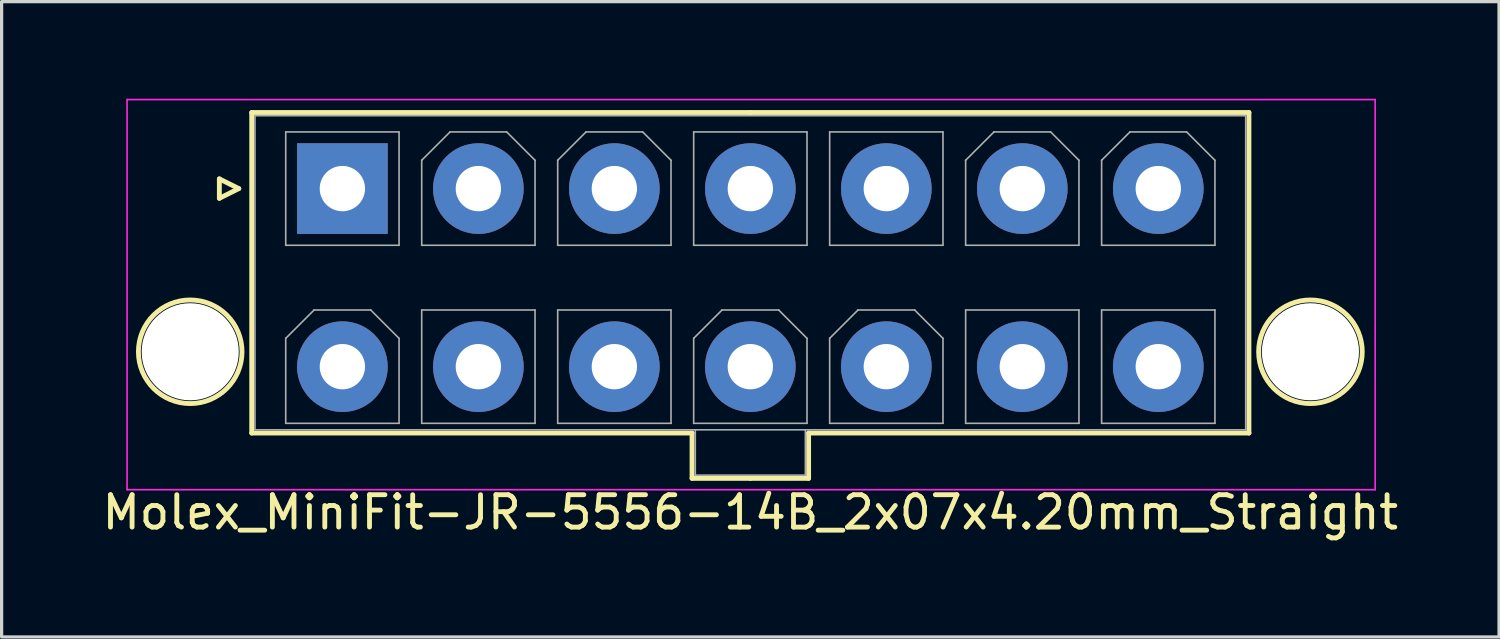
<source format=kicad_pcb>
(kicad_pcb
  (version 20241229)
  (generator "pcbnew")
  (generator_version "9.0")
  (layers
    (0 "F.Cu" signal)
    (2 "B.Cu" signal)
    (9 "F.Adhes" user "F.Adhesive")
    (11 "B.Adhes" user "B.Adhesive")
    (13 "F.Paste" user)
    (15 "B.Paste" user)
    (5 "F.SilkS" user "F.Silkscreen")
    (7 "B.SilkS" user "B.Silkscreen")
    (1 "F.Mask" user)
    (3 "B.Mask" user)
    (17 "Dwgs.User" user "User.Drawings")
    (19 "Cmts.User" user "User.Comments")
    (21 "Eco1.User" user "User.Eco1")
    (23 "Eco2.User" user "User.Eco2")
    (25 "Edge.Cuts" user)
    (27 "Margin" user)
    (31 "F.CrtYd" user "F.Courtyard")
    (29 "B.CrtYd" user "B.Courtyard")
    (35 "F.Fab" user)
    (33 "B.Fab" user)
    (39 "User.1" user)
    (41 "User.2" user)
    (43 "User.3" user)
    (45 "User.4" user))
  (footprint "Molex_MiniFit-JR-5556-14B_2x07x4.20mm_Straight"
    (layer "F.Cu")
    (at 7.525 2.775)
    (property "Reference" "Molex_MiniFit-JR-5556-14B_2x07x4.20mm_Straight" (at 12.6 10 0) (layer "F.SilkS") (effects (font (size 1 1) (thickness 0.15))))
    (attr through_hole)
    (fp_line (start -3.8 -0.3) (end -3.2 0) (stroke (width 0.15) (type solid)) (layer "F.SilkS"))
    (fp_line (start -3.8 0.3) (end -3.8 -0.3) (stroke (width 0.15) (type solid)) (layer "F.SilkS"))
    (fp_line (start -3.2 0) (end -3.8 0.3) (stroke (width 0.15) (type solid)) (layer "F.SilkS"))
    (fp_line (start -2.8 -2.35) (end -2.8 7.55) (stroke (width 0.15) (type solid)) (layer "F.SilkS"))
    (fp_line (start -2.8 7.55) (end 10.8 7.55) (stroke (width 0.15) (type solid)) (layer "F.SilkS"))
    (fp_line (start 10.8 7.55) (end 10.8 8.95) (stroke (width 0.15) (type solid)) (layer "F.SilkS"))
    (fp_line (start 10.8 8.95) (end 12.6 8.95) (stroke (width 0.15) (type solid)) (layer "F.SilkS"))
    (fp_line (start 12.6 -2.35) (end -2.8 -2.35) (stroke (width 0.15) (type solid)) (layer "F.SilkS"))
    (fp_line (start 12.6 -2.35) (end 28 -2.35) (stroke (width 0.15) (type solid)) (layer "F.SilkS"))
    (fp_line (start 14.4 7.55) (end 14.4 8.95) (stroke (width 0.15) (type solid)) (layer "F.SilkS"))
    (fp_line (start 14.4 8.95) (end 12.6 8.95) (stroke (width 0.15) (type solid)) (layer "F.SilkS"))
    (fp_line (start 28 -2.35) (end 28 7.55) (stroke (width 0.15) (type solid)) (layer "F.SilkS"))
    (fp_line (start 28 7.55) (end 14.4 7.55) (stroke (width 0.15) (type solid)) (layer "F.SilkS"))
    (fp_circle (center -4.7 5.04) (end -3.1 5.04) (stroke (width 0.15) (type solid)) (fill no) (layer "F.SilkS"))
    (fp_circle (center 29.9 5.04) (end 31.5 5.04) (stroke (width 0.15) (type solid)) (fill no) (layer "F.SilkS"))
    (fp_line (start -6.65 -2.75) (end -6.65 9.3) (stroke (width 0.05) (type solid)) (layer "F.CrtYd"))
    (fp_line (start -6.65 9.3) (end 31.9 9.3) (stroke (width 0.05) (type solid)) (layer "F.CrtYd"))
    (fp_line (start 31.9 -2.75) (end -6.65 -2.75) (stroke (width 0.05) (type solid)) (layer "F.CrtYd"))
    (fp_line (start 31.9 9.3) (end 31.9 -2.75) (stroke (width 0.05) (type solid)) (layer "F.CrtYd"))
    (fp_line (start -2.7 -2.25) (end -2.7 7.45) (stroke (width 0.05) (type solid)) (layer "F.Fab"))
    (fp_line (start -2.7 7.45) (end 27.9 7.45) (stroke (width 0.05) (type solid)) (layer "F.Fab"))
    (fp_line (start -1.75 -1.75) (end -1.75 1.75) (stroke (width 0.05) (type solid)) (layer "F.Fab"))
    (fp_line (start -1.75 1.75) (end 1.75 1.75) (stroke (width 0.05) (type solid)) (layer "F.Fab"))
    (fp_line (start -1.75 4.625) (end -0.875 3.75) (stroke (width 0.05) (type solid)) (layer "F.Fab"))
    (fp_line (start -1.75 7.25) (end -1.75 4.625) (stroke (width 0.05) (type solid)) (layer "F.Fab"))
    (fp_line (start -0.875 3.75) (end 0.875 3.75) (stroke (width 0.05) (type solid)) (layer "F.Fab"))
    (fp_line (start 0.875 3.75) (end 1.75 4.625) (stroke (width 0.05) (type solid)) (layer "F.Fab"))
    (fp_line (start 1.75 -1.75) (end -1.75 -1.75) (stroke (width 0.05) (type solid)) (layer "F.Fab"))
    (fp_line (start 1.75 1.75) (end 1.75 -1.75) (stroke (width 0.05) (type solid)) (layer "F.Fab"))
    (fp_line (start 1.75 4.625) (end 1.75 7.25) (stroke (width 0.05) (type solid)) (layer "F.Fab"))
    (fp_line (start 1.75 7.25) (end -1.75 7.25) (stroke (width 0.05) (type solid)) (layer "F.Fab"))
    (fp_line (start 2.45 -0.875) (end 3.325 -1.75) (stroke (width 0.05) (type solid)) (layer "F.Fab"))
    (fp_line (start 2.45 1.75) (end 2.45 -0.875) (stroke (width 0.05) (type solid)) (layer "F.Fab"))
    (fp_line (start 2.45 3.75) (end 2.45 7.25) (stroke (width 0.05) (type solid)) (layer "F.Fab"))
    (fp_line (start 2.45 7.25) (end 5.95 7.25) (stroke (width 0.05) (type solid)) (layer "F.Fab"))
    (fp_line (start 3.325 -1.75) (end 5.075 -1.75) (stroke (width 0.05) (type solid)) (layer "F.Fab"))
    (fp_line (start 5.075 -1.75) (end 5.95 -0.875) (stroke (width 0.05) (type solid)) (layer "F.Fab"))
    (fp_line (start 5.95 -0.875) (end 5.95 1.75) (stroke (width 0.05) (type solid)) (layer "F.Fab"))
    (fp_line (start 5.95 1.75) (end 2.45 1.75) (stroke (width 0.05) (type solid)) (layer "F.Fab"))
    (fp_line (start 5.95 3.75) (end 2.45 3.75) (stroke (width 0.05) (type solid)) (layer "F.Fab"))
    (fp_line (start 5.95 7.25) (end 5.95 3.75) (stroke (width 0.05) (type solid)) (layer "F.Fab"))
    (fp_line (start 6.65 -0.875) (end 7.525 -1.75) (stroke (width 0.05) (type solid)) (layer "F.Fab"))
    (fp_line (start 6.65 1.75) (end 6.65 -0.875) (stroke (width 0.05) (type solid)) (layer "F.Fab"))
    (fp_line (start 6.65 3.75) (end 6.65 7.25) (stroke (width 0.05) (type solid)) (layer "F.Fab"))
    (fp_line (start 6.65 7.25) (end 10.15 7.25) (stroke (width 0.05) (type solid)) (layer "F.Fab"))
    (fp_line (start 7.525 -1.75) (end 9.275 -1.75) (stroke (width 0.05) (type solid)) (layer "F.Fab"))
    (fp_line (start 9.275 -1.75) (end 10.15 -0.875) (stroke (width 0.05) (type solid)) (layer "F.Fab"))
    (fp_line (start 10.15 -0.875) (end 10.15 1.75) (stroke (width 0.05) (type solid)) (layer "F.Fab"))
    (fp_line (start 10.15 1.75) (end 6.65 1.75) (stroke (width 0.05) (type solid)) (layer "F.Fab"))
    (fp_line (start 10.15 3.75) (end 6.65 3.75) (stroke (width 0.05) (type solid)) (layer "F.Fab"))
    (fp_line (start 10.15 7.25) (end 10.15 3.75) (stroke (width 0.05) (type solid)) (layer "F.Fab"))
    (fp_line (start 10.85 -1.75) (end 10.85 1.75) (stroke (width 0.05) (type solid)) (layer "F.Fab"))
    (fp_line (start 10.85 1.75) (end 14.35 1.75) (stroke (width 0.05) (type solid)) (layer "F.Fab"))
    (fp_line (start 10.85 4.625) (end 11.725 3.75) (stroke (width 0.05) (type solid)) (layer "F.Fab"))
    (fp_line (start 10.85 7.25) (end 10.85 4.625) (stroke (width 0.05) (type solid)) (layer "F.Fab"))
    (fp_line (start 10.9 7.45) (end 10.9 8.85) (stroke (width 0.05) (type solid)) (layer "F.Fab"))
    (fp_line (start 10.9 8.85) (end 14.3 8.85) (stroke (width 0.05) (type solid)) (layer "F.Fab"))
    (fp_line (start 11.725 3.75) (end 13.475 3.75) (stroke (width 0.05) (type solid)) (layer "F.Fab"))
    (fp_line (start 13.475 3.75) (end 14.35 4.625) (stroke (width 0.05) (type solid)) (layer "F.Fab"))
    (fp_line (start 14.3 8.85) (end 14.3 7.45) (stroke (width 0.05) (type solid)) (layer "F.Fab"))
    (fp_line (start 14.35 -1.75) (end 10.85 -1.75) (stroke (width 0.05) (type solid)) (layer "F.Fab"))
    (fp_line (start 14.35 1.75) (end 14.35 -1.75) (stroke (width 0.05) (type solid)) (layer "F.Fab"))
    (fp_line (start 14.35 4.625) (end 14.35 7.25) (stroke (width 0.05) (type solid)) (layer "F.Fab"))
    (fp_line (start 14.35 7.25) (end 10.85 7.25) (stroke (width 0.05) (type solid)) (layer "F.Fab"))
    (fp_line (start 15.05 -1.75) (end 15.05 1.75) (stroke (width 0.05) (type solid)) (layer "F.Fab"))
    (fp_line (start 15.05 1.75) (end 18.55 1.75) (stroke (width 0.05) (type solid)) (layer "F.Fab"))
    (fp_line (start 15.05 4.625) (end 15.925 3.75) (stroke (width 0.05) (type solid)) (layer "F.Fab"))
    (fp_line (start 15.05 7.25) (end 15.05 4.625) (stroke (width 0.05) (type solid)) (layer "F.Fab"))
    (fp_line (start 15.925 3.75) (end 17.675 3.75) (stroke (width 0.05) (type solid)) (layer "F.Fab"))
    (fp_line (start 17.675 3.75) (end 18.55 4.625) (stroke (width 0.05) (type solid)) (layer "F.Fab"))
    (fp_line (start 18.55 -1.75) (end 15.05 -1.75) (stroke (width 0.05) (type solid)) (layer "F.Fab"))
    (fp_line (start 18.55 1.75) (end 18.55 -1.75) (stroke (width 0.05) (type solid)) (layer "F.Fab"))
    (fp_line (start 18.55 4.625) (end 18.55 7.25) (stroke (width 0.05) (type solid)) (layer "F.Fab"))
    (fp_line (start 18.55 7.25) (end 15.05 7.25) (stroke (width 0.05) (type solid)) (layer "F.Fab"))
    (fp_line (start 19.25 -0.875) (end 20.125 -1.75) (stroke (width 0.05) (type solid)) (layer "F.Fab"))
    (fp_line (start 19.25 1.75) (end 19.25 -0.875) (stroke (width 0.05) (type solid)) (layer "F.Fab"))
    (fp_line (start 19.25 3.75) (end 19.25 7.25) (stroke (width 0.05) (type solid)) (layer "F.Fab"))
    (fp_line (start 19.25 7.25) (end 22.75 7.25) (stroke (width 0.05) (type solid)) (layer "F.Fab"))
    (fp_line (start 20.125 -1.75) (end 21.875 -1.75) (stroke (width 0.05) (type solid)) (layer "F.Fab"))
    (fp_line (start 21.875 -1.75) (end 22.75 -0.875) (stroke (width 0.05) (type solid)) (layer "F.Fab"))
    (fp_line (start 22.75 -0.875) (end 22.75 1.75) (stroke (width 0.05) (type solid)) (layer "F.Fab"))
    (fp_line (start 22.75 1.75) (end 19.25 1.75) (stroke (width 0.05) (type solid)) (layer "F.Fab"))
    (fp_line (start 22.75 3.75) (end 19.25 3.75) (stroke (width 0.05) (type solid)) (layer "F.Fab"))
    (fp_line (start 22.75 7.25) (end 22.75 3.75) (stroke (width 0.05) (type solid)) (layer "F.Fab"))
    (fp_line (start 23.45 -0.875) (end 24.325 -1.75) (stroke (width 0.05) (type solid)) (layer "F.Fab"))
    (fp_line (start 23.45 1.75) (end 23.45 -0.875) (stroke (width 0.05) (type solid)) (layer "F.Fab"))
    (fp_line (start 23.45 3.75) (end 23.45 7.25) (stroke (width 0.05) (type solid)) (layer "F.Fab"))
    (fp_line (start 23.45 7.25) (end 26.95 7.25) (stroke (width 0.05) (type solid)) (layer "F.Fab"))
    (fp_line (start 24.325 -1.75) (end 26.075 -1.75) (stroke (width 0.05) (type solid)) (layer "F.Fab"))
    (fp_line (start 26.075 -1.75) (end 26.95 -0.875) (stroke (width 0.05) (type solid)) (layer "F.Fab"))
    (fp_line (start 26.95 -0.875) (end 26.95 1.75) (stroke (width 0.05) (type solid)) (layer "F.Fab"))
    (fp_line (start 26.95 1.75) (end 23.45 1.75) (stroke (width 0.05) (type solid)) (layer "F.Fab"))
    (fp_line (start 26.95 3.75) (end 23.45 3.75) (stroke (width 0.05) (type solid)) (layer "F.Fab"))
    (fp_line (start 26.95 7.25) (end 26.95 3.75) (stroke (width 0.05) (type solid)) (layer "F.Fab"))
    (fp_line (start 27.9 -2.25) (end -2.7 -2.25) (stroke (width 0.05) (type solid)) (layer "F.Fab"))
    (fp_line (start 27.9 7.45) (end 27.9 -2.25) (stroke (width 0.05) (type solid)) (layer "F.Fab"))
    (pad "" np_thru_hole circle (at -4.7 5.04) (size 3 3) (drill 3) (layers "*.Cu"))
    (pad "" np_thru_hole circle (at 29.9 5.04) (size 3 3) (drill 3) (layers "*.Cu"))
    (pad "1" thru_hole rect (at 0 0) (size 2.8 2.8) (drill 1.4) (layers "*.Cu" "*.Mask"))
    (pad "2" thru_hole circle (at 4.2 0) (size 2.8 2.8) (drill 1.4) (layers "*.Cu" "*.Mask"))
    (pad "3" thru_hole circle (at 8.4 0) (size 2.8 2.8) (drill 1.4) (layers "*.Cu" "*.Mask"))
    (pad "4" thru_hole circle (at 12.6 0) (size 2.8 2.8) (drill 1.4) (layers "*.Cu" "*.Mask"))
    (pad "5" thru_hole circle (at 16.8 0) (size 2.8 2.8) (drill 1.4) (layers "*.Cu" "*.Mask"))
    (pad "6" thru_hole circle (at 21 0) (size 2.8 2.8) (drill 1.4) (layers "*.Cu" "*.Mask"))
    (pad "7" thru_hole circle (at 25.2 0) (size 2.8 2.8) (drill 1.4) (layers "*.Cu" "*.Mask"))
    (pad "8" thru_hole circle (at 0 5.5) (size 2.8 2.8) (drill 1.4) (layers "*.Cu" "*.Mask"))
    (pad "9" thru_hole circle (at 4.2 5.5) (size 2.8 2.8) (drill 1.4) (layers "*.Cu" "*.Mask"))
    (pad "10" thru_hole circle (at 8.4 5.5) (size 2.8 2.8) (drill 1.4) (layers "*.Cu" "*.Mask"))
    (pad "11" thru_hole circle (at 12.6 5.5) (size 2.8 2.8) (drill 1.4) (layers "*.Cu" "*.Mask"))
    (pad "12" thru_hole circle (at 16.8 5.5) (size 2.8 2.8) (drill 1.4) (layers "*.Cu" "*.Mask"))
    (pad "13" thru_hole circle (at 21 5.5) (size 2.8 2.8) (drill 1.4) (layers "*.Cu" "*.Mask"))
    (pad "14" thru_hole circle (at 25.2 5.5) (size 2.8 2.8) (drill 1.4) (layers "*.Cu" "*.Mask")))
  (gr_rect
    (start -3 -3)
    (end 43.25 16.623)
    (stroke (width 0.1) (type default))
    (fill no)
    (layer "Edge.Cuts")))
</source>
